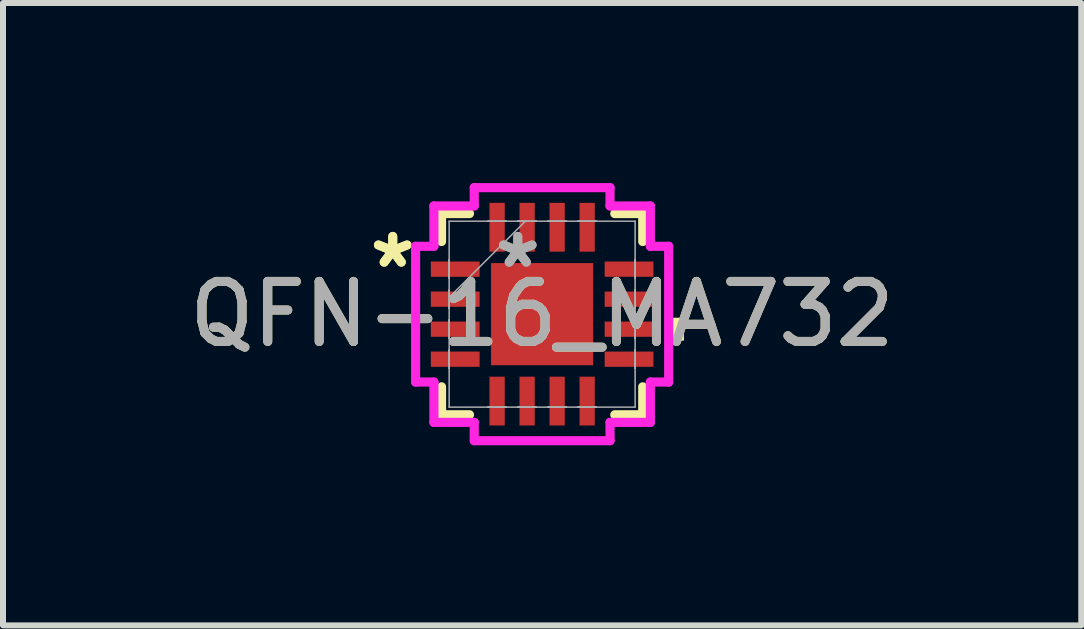
<source format=kicad_pcb>
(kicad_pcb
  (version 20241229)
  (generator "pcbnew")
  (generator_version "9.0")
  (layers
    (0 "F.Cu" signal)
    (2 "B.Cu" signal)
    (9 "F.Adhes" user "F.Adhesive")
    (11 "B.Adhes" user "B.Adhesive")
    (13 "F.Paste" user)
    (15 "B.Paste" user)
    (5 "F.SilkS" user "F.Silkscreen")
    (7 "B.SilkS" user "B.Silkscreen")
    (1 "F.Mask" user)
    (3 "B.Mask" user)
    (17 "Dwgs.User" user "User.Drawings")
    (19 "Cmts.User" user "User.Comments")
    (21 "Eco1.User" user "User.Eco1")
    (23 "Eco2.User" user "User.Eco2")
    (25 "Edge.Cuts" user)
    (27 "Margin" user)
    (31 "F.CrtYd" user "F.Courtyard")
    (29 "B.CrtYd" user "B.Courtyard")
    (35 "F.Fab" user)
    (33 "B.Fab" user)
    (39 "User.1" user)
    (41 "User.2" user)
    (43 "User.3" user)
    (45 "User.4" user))
  (footprint "QFN-16_MA732"
    (layer "F.Cu")
    (at 5.982 2.184)
    (property "Reference" "QFN-16_MA732" (at 0 0 0) (unlocked yes) (layer "F.SilkS") (effects (font (size 1 1) (thickness 0.15))))
    (attr smd)
    (fp_line (start -1.676 -1.676) (end -1.676 -1.21) (stroke (width 0.152) (type solid)) (layer "F.SilkS"))
    (fp_line (start -1.676 1.21) (end -1.676 1.676) (stroke (width 0.152) (type solid)) (layer "F.SilkS"))
    (fp_line (start -1.676 1.676) (end -1.21 1.676) (stroke (width 0.152) (type solid)) (layer "F.SilkS"))
    (fp_line (start -1.21 -1.676) (end -1.676 -1.676) (stroke (width 0.152) (type solid)) (layer "F.SilkS"))
    (fp_line (start 1.21 1.676) (end 1.676 1.676) (stroke (width 0.152) (type solid)) (layer "F.SilkS"))
    (fp_line (start 1.676 -1.676) (end 1.21 -1.676) (stroke (width 0.152) (type solid)) (layer "F.SilkS"))
    (fp_line (start 1.676 -1.21) (end 1.676 -1.676) (stroke (width 0.152) (type solid)) (layer "F.SilkS"))
    (fp_line (start 1.676 1.676) (end 1.676 1.21) (stroke (width 0.152) (type solid)) (layer "F.SilkS"))
    (fp_poly (pts (xy 2.362 0.059) (xy 2.362 0.441) (xy 2.108 0.441) (xy 2.108 0.059)) (stroke (width 0) (type solid)) (fill yes) (layer "F.SilkS"))
    (fp_line (start -2.108 -1.131) (end -1.803 -1.131) (stroke (width 0.152) (type solid)) (layer "F.CrtYd"))
    (fp_line (start -2.108 1.131) (end -2.108 -1.131) (stroke (width 0.152) (type solid)) (layer "F.CrtYd"))
    (fp_line (start -1.803 -1.803) (end -1.131 -1.803) (stroke (width 0.152) (type solid)) (layer "F.CrtYd"))
    (fp_line (start -1.803 -1.131) (end -1.803 -1.803) (stroke (width 0.152) (type solid)) (layer "F.CrtYd"))
    (fp_line (start -1.803 1.131) (end -2.108 1.131) (stroke (width 0.152) (type solid)) (layer "F.CrtYd"))
    (fp_line (start -1.803 1.803) (end -1.803 1.131) (stroke (width 0.152) (type solid)) (layer "F.CrtYd"))
    (fp_line (start -1.131 -2.108) (end 1.131 -2.108) (stroke (width 0.152) (type solid)) (layer "F.CrtYd"))
    (fp_line (start -1.131 -1.803) (end -1.131 -2.108) (stroke (width 0.152) (type solid)) (layer "F.CrtYd"))
    (fp_line (start -1.131 1.803) (end -1.803 1.803) (stroke (width 0.152) (type solid)) (layer "F.CrtYd"))
    (fp_line (start -1.131 2.108) (end -1.131 1.803) (stroke (width 0.152) (type solid)) (layer "F.CrtYd"))
    (fp_line (start 1.131 -2.108) (end 1.131 -1.803) (stroke (width 0.152) (type solid)) (layer "F.CrtYd"))
    (fp_line (start 1.131 -1.803) (end 1.803 -1.803) (stroke (width 0.152) (type solid)) (layer "F.CrtYd"))
    (fp_line (start 1.131 1.803) (end 1.131 2.108) (stroke (width 0.152) (type solid)) (layer "F.CrtYd"))
    (fp_line (start 1.131 2.108) (end -1.131 2.108) (stroke (width 0.152) (type solid)) (layer "F.CrtYd"))
    (fp_line (start 1.803 -1.803) (end 1.803 -1.131) (stroke (width 0.152) (type solid)) (layer "F.CrtYd"))
    (fp_line (start 1.803 -1.131) (end 2.108 -1.131) (stroke (width 0.152) (type solid)) (layer "F.CrtYd"))
    (fp_line (start 1.803 1.131) (end 1.803 1.803) (stroke (width 0.152) (type solid)) (layer "F.CrtYd"))
    (fp_line (start 1.803 1.803) (end 1.131 1.803) (stroke (width 0.152) (type solid)) (layer "F.CrtYd"))
    (fp_line (start 2.108 -1.131) (end 2.108 1.131) (stroke (width 0.152) (type solid)) (layer "F.CrtYd"))
    (fp_line (start 2.108 1.131) (end 1.803 1.131) (stroke (width 0.152) (type solid)) (layer "F.CrtYd"))
    (fp_line (start -1.549 -1.549) (end -1.549 1.549) (stroke (width 0.025) (type solid)) (layer "F.Fab"))
    (fp_line (start -1.549 -0.902) (end -1.549 -0.902) (stroke (width 0.025) (type solid)) (layer "F.Fab"))
    (fp_line (start -1.549 -0.902) (end -1.549 -0.598) (stroke (width 0.025) (type solid)) (layer "F.Fab"))
    (fp_line (start -1.549 -0.598) (end -1.549 -0.902) (stroke (width 0.025) (type solid)) (layer "F.Fab"))
    (fp_line (start -1.549 -0.598) (end -1.549 -0.598) (stroke (width 0.025) (type solid)) (layer "F.Fab"))
    (fp_line (start -1.549 -0.402) (end -1.549 -0.402) (stroke (width 0.025) (type solid)) (layer "F.Fab"))
    (fp_line (start -1.549 -0.402) (end -1.549 -0.098) (stroke (width 0.025) (type solid)) (layer "F.Fab"))
    (fp_line (start -1.549 -0.279) (end -0.279 -1.549) (stroke (width 0.025) (type solid)) (layer "F.Fab"))
    (fp_line (start -1.549 -0.098) (end -1.549 -0.402) (stroke (width 0.025) (type solid)) (layer "F.Fab"))
    (fp_line (start -1.549 -0.098) (end -1.549 -0.098) (stroke (width 0.025) (type solid)) (layer "F.Fab"))
    (fp_line (start -1.549 0.098) (end -1.549 0.098) (stroke (width 0.025) (type solid)) (layer "F.Fab"))
    (fp_line (start -1.549 0.098) (end -1.549 0.402) (stroke (width 0.025) (type solid)) (layer "F.Fab"))
    (fp_line (start -1.549 0.402) (end -1.549 0.098) (stroke (width 0.025) (type solid)) (layer "F.Fab"))
    (fp_line (start -1.549 0.402) (end -1.549 0.402) (stroke (width 0.025) (type solid)) (layer "F.Fab"))
    (fp_line (start -1.549 0.598) (end -1.549 0.598) (stroke (width 0.025) (type solid)) (layer "F.Fab"))
    (fp_line (start -1.549 0.598) (end -1.549 0.902) (stroke (width 0.025) (type solid)) (layer "F.Fab"))
    (fp_line (start -1.549 0.902) (end -1.549 0.598) (stroke (width 0.025) (type solid)) (layer "F.Fab"))
    (fp_line (start -1.549 0.902) (end -1.549 0.902) (stroke (width 0.025) (type solid)) (layer "F.Fab"))
    (fp_line (start -1.549 1.549) (end 1.549 1.549) (stroke (width 0.025) (type solid)) (layer "F.Fab"))
    (fp_line (start -0.902 -1.549) (end -0.902 -1.549) (stroke (width 0.025) (type solid)) (layer "F.Fab"))
    (fp_line (start -0.902 -1.549) (end -0.598 -1.549) (stroke (width 0.025) (type solid)) (layer "F.Fab"))
    (fp_line (start -0.902 1.549) (end -0.902 1.549) (stroke (width 0.025) (type solid)) (layer "F.Fab"))
    (fp_line (start -0.902 1.549) (end -0.598 1.549) (stroke (width 0.025) (type solid)) (layer "F.Fab"))
    (fp_line (start -0.598 -1.549) (end -0.902 -1.549) (stroke (width 0.025) (type solid)) (layer "F.Fab"))
    (fp_line (start -0.598 -1.549) (end -0.598 -1.549) (stroke (width 0.025) (type solid)) (layer "F.Fab"))
    (fp_line (start -0.598 1.549) (end -0.902 1.549) (stroke (width 0.025) (type solid)) (layer "F.Fab"))
    (fp_line (start -0.598 1.549) (end -0.598 1.549) (stroke (width 0.025) (type solid)) (layer "F.Fab"))
    (fp_line (start -0.402 -1.549) (end -0.402 -1.549) (stroke (width 0.025) (type solid)) (layer "F.Fab"))
    (fp_line (start -0.402 -1.549) (end -0.098 -1.549) (stroke (width 0.025) (type solid)) (layer "F.Fab"))
    (fp_line (start -0.402 1.549) (end -0.402 1.549) (stroke (width 0.025) (type solid)) (layer "F.Fab"))
    (fp_line (start -0.402 1.549) (end -0.098 1.549) (stroke (width 0.025) (type solid)) (layer "F.Fab"))
    (fp_line (start -0.098 -1.549) (end -0.402 -1.549) (stroke (width 0.025) (type solid)) (layer "F.Fab"))
    (fp_line (start -0.098 -1.549) (end -0.098 -1.549) (stroke (width 0.025) (type solid)) (layer "F.Fab"))
    (fp_line (start -0.098 1.549) (end -0.402 1.549) (stroke (width 0.025) (type solid)) (layer "F.Fab"))
    (fp_line (start -0.098 1.549) (end -0.098 1.549) (stroke (width 0.025) (type solid)) (layer "F.Fab"))
    (fp_line (start 0.098 -1.549) (end 0.098 -1.549) (stroke (width 0.025) (type solid)) (layer "F.Fab"))
    (fp_line (start 0.098 -1.549) (end 0.402 -1.549) (stroke (width 0.025) (type solid)) (layer "F.Fab"))
    (fp_line (start 0.098 1.549) (end 0.098 1.549) (stroke (width 0.025) (type solid)) (layer "F.Fab"))
    (fp_line (start 0.098 1.549) (end 0.402 1.549) (stroke (width 0.025) (type solid)) (layer "F.Fab"))
    (fp_line (start 0.402 -1.549) (end 0.098 -1.549) (stroke (width 0.025) (type solid)) (layer "F.Fab"))
    (fp_line (start 0.402 -1.549) (end 0.402 -1.549) (stroke (width 0.025) (type solid)) (layer "F.Fab"))
    (fp_line (start 0.402 1.549) (end 0.098 1.549) (stroke (width 0.025) (type solid)) (layer "F.Fab"))
    (fp_line (start 0.402 1.549) (end 0.402 1.549) (stroke (width 0.025) (type solid)) (layer "F.Fab"))
    (fp_line (start 0.598 -1.549) (end 0.598 -1.549) (stroke (width 0.025) (type solid)) (layer "F.Fab"))
    (fp_line (start 0.598 -1.549) (end 0.902 -1.549) (stroke (width 0.025) (type solid)) (layer "F.Fab"))
    (fp_line (start 0.598 1.549) (end 0.598 1.549) (stroke (width 0.025) (type solid)) (layer "F.Fab"))
    (fp_line (start 0.598 1.549) (end 0.902 1.549) (stroke (width 0.025) (type solid)) (layer "F.Fab"))
    (fp_line (start 0.902 -1.549) (end 0.598 -1.549) (stroke (width 0.025) (type solid)) (layer "F.Fab"))
    (fp_line (start 0.902 -1.549) (end 0.902 -1.549) (stroke (width 0.025) (type solid)) (layer "F.Fab"))
    (fp_line (start 0.902 1.549) (end 0.598 1.549) (stroke (width 0.025) (type solid)) (layer "F.Fab"))
    (fp_line (start 0.902 1.549) (end 0.902 1.549) (stroke (width 0.025) (type solid)) (layer "F.Fab"))
    (fp_line (start 1.549 -1.549) (end -1.549 -1.549) (stroke (width 0.025) (type solid)) (layer "F.Fab"))
    (fp_line (start 1.549 -0.902) (end 1.549 -0.902) (stroke (width 0.025) (type solid)) (layer "F.Fab"))
    (fp_line (start 1.549 -0.902) (end 1.549 -0.598) (stroke (width 0.025) (type solid)) (layer "F.Fab"))
    (fp_line (start 1.549 -0.598) (end 1.549 -0.902) (stroke (width 0.025) (type solid)) (layer "F.Fab"))
    (fp_line (start 1.549 -0.598) (end 1.549 -0.598) (stroke (width 0.025) (type solid)) (layer "F.Fab"))
    (fp_line (start 1.549 -0.402) (end 1.549 -0.402) (stroke (width 0.025) (type solid)) (layer "F.Fab"))
    (fp_line (start 1.549 -0.402) (end 1.549 -0.098) (stroke (width 0.025) (type solid)) (layer "F.Fab"))
    (fp_line (start 1.549 -0.098) (end 1.549 -0.402) (stroke (width 0.025) (type solid)) (layer "F.Fab"))
    (fp_line (start 1.549 -0.098) (end 1.549 -0.098) (stroke (width 0.025) (type solid)) (layer "F.Fab"))
    (fp_line (start 1.549 0.098) (end 1.549 0.098) (stroke (width 0.025) (type solid)) (layer "F.Fab"))
    (fp_line (start 1.549 0.098) (end 1.549 0.402) (stroke (width 0.025) (type solid)) (layer "F.Fab"))
    (fp_line (start 1.549 0.402) (end 1.549 0.098) (stroke (width 0.025) (type solid)) (layer "F.Fab"))
    (fp_line (start 1.549 0.402) (end 1.549 0.402) (stroke (width 0.025) (type solid)) (layer "F.Fab"))
    (fp_line (start 1.549 0.598) (end 1.549 0.598) (stroke (width 0.025) (type solid)) (layer "F.Fab"))
    (fp_line (start 1.549 0.598) (end 1.549 0.902) (stroke (width 0.025) (type solid)) (layer "F.Fab"))
    (fp_line (start 1.549 0.902) (end 1.549 0.598) (stroke (width 0.025) (type solid)) (layer "F.Fab"))
    (fp_line (start 1.549 0.902) (end 1.549 0.902) (stroke (width 0.025) (type solid)) (layer "F.Fab"))
    (fp_line (start 1.549 1.549) (end 1.549 -1.549) (stroke (width 0.025) (type solid)) (layer "F.Fab"))
    (fp_text user "*" (at -2.489 -0.75 0) (layer "F.SilkS") (effects (font (size 1 1) (thickness 0.15))))
    (fp_text user "*" (at -2.489 -0.75 0) (unlocked yes) (layer "F.SilkS") (effects (font (size 1 1) (thickness 0.15))))
    (fp_text user "*" (at -0.406 -0.75 0) (unlocked yes) (layer "F.Fab") (effects (font (size 1 1) (thickness 0.15))))
    (fp_text user "*" (at -0.406 -0.75 0) (layer "F.Fab") (effects (font (size 1 1) (thickness 0.15))))
    (fp_text user "${REFERENCE}" (at 0 0 0) (unlocked yes) (layer "F.Fab") (effects (font (size 1 1) (thickness 0.15))))
    (pad "1" smd rect (at -1.448 -0.75 90) (size 0.254 0.813) (layers "F.Cu" "F.Mask" "F.Paste"))
    (pad "2" smd rect (at -1.448 -0.25 90) (size 0.254 0.813) (layers "F.Cu" "F.Mask" "F.Paste"))
    (pad "3" smd rect (at -1.448 0.25 90) (size 0.254 0.813) (layers "F.Cu" "F.Mask" "F.Paste"))
    (pad "4" smd rect (at -1.448 0.75 90) (size 0.254 0.813) (layers "F.Cu" "F.Mask" "F.Paste"))
    (pad "5" smd rect (at -0.75 1.448) (size 0.254 0.813) (layers "F.Cu" "F.Mask" "F.Paste"))
    (pad "6" smd rect (at -0.25 1.448) (size 0.254 0.813) (layers "F.Cu" "F.Mask" "F.Paste"))
    (pad "7" smd rect (at 0.25 1.448) (size 0.254 0.813) (layers "F.Cu" "F.Mask" "F.Paste"))
    (pad "8" smd rect (at 0.75 1.448) (size 0.254 0.813) (layers "F.Cu" "F.Mask" "F.Paste"))
    (pad "9" smd rect (at 1.448 0.75 90) (size 0.254 0.813) (layers "F.Cu" "F.Mask" "F.Paste"))
    (pad "10" smd rect (at 1.448 0.25 90) (size 0.254 0.813) (layers "F.Cu" "F.Mask" "F.Paste"))
    (pad "11" smd rect (at 1.448 -0.25 90) (size 0.254 0.813) (layers "F.Cu" "F.Mask" "F.Paste"))
    (pad "12" smd rect (at 1.448 -0.75 90) (size 0.254 0.813) (layers "F.Cu" "F.Mask" "F.Paste"))
    (pad "13" smd rect (at 0.75 -1.448) (size 0.254 0.813) (layers "F.Cu" "F.Mask" "F.Paste"))
    (pad "14" smd rect (at 0.25 -1.448) (size 0.254 0.813) (layers "F.Cu" "F.Mask" "F.Paste"))
    (pad "15" smd rect (at -0.25 -1.448) (size 0.254 0.813) (layers "F.Cu" "F.Mask" "F.Paste"))
    (pad "16" smd rect (at -0.75 -1.448) (size 0.254 0.813) (layers "F.Cu" "F.Mask" "F.Paste"))
    (pad "17" smd rect (at 0 0) (size 1.702 1.702) (layers "F.Cu" "F.Mask" "F.Paste")))
  (gr_rect
    (start -3 -3)
    (end 14.964 7.369)
    (stroke (width 0.1) (type default))
    (fill no)
    (layer "Edge.Cuts")))
</source>
